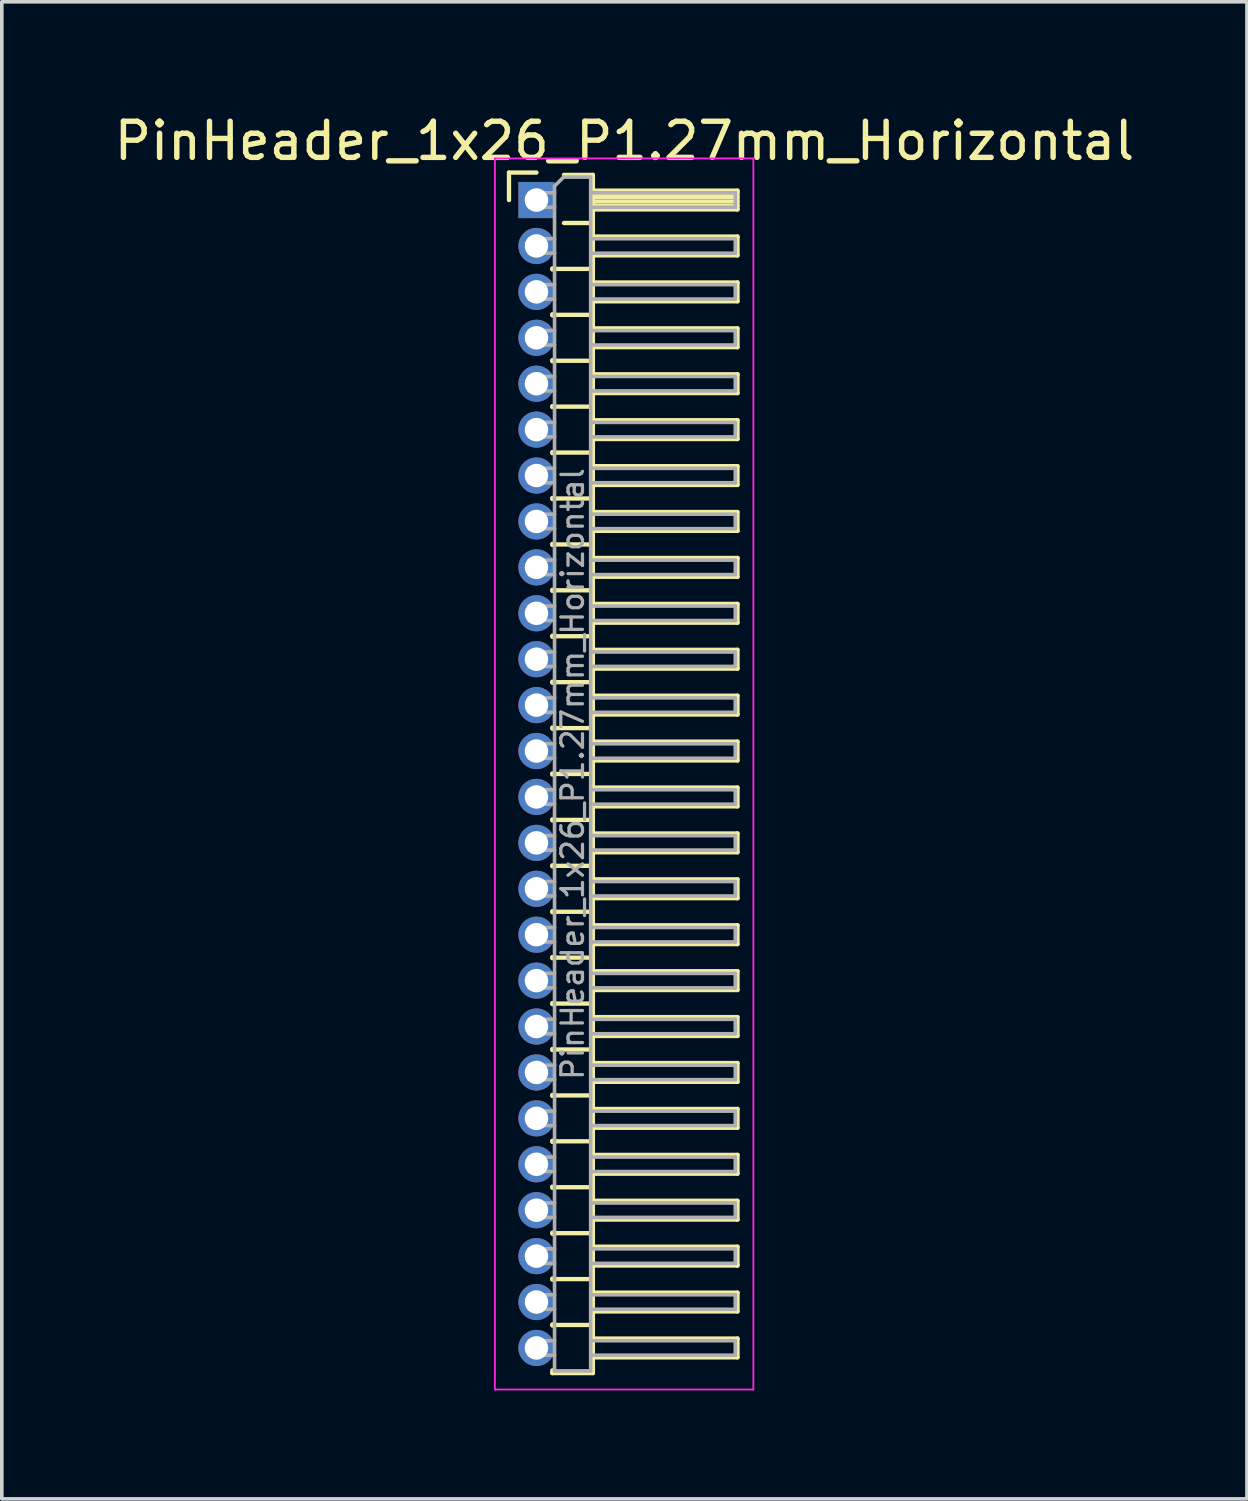
<source format=kicad_pcb>
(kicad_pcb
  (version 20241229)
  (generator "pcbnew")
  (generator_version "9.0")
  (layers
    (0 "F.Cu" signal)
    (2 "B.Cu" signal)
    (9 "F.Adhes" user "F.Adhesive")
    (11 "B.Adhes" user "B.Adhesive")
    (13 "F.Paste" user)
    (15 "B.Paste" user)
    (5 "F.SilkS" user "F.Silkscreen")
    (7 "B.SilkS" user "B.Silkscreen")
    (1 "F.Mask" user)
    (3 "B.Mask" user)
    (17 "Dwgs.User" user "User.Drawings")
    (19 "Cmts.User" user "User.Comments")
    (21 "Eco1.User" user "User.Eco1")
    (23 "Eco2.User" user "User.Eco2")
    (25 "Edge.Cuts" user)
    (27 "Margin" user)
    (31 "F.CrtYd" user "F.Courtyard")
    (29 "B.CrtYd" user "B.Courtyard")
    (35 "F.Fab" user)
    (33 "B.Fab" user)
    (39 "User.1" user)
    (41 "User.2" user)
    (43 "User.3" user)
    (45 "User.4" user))
  (footprint "PinHeader_1x26_P1.27mm_Horizontal"
    (layer "F.Cu")
    (at 11.788 2.483)
    (property "Reference" "PinHeader_1x26_P1.27mm_Horizontal" (at 2.433 -1.635 0) (layer "F.SilkS") (effects (font (size 1 1) (thickness 0.15))))
    (attr through_hole)
    (fp_line (start -0.76 -0.76) (end 0 -0.76) (stroke (width 0.12) (type solid)) (layer "F.SilkS"))
    (fp_line (start -0.76 0) (end -0.76 -0.76) (stroke (width 0.12) (type solid)) (layer "F.SilkS"))
    (fp_line (start 0.44 1.89) (end 0.44 1.92) (stroke (width 0.12) (type solid)) (layer "F.SilkS"))
    (fp_line (start 0.44 1.905) (end 1.56 1.905) (stroke (width 0.12) (type solid)) (layer "F.SilkS"))
    (fp_line (start 0.44 3.16) (end 0.44 3.19) (stroke (width 0.12) (type solid)) (layer "F.SilkS"))
    (fp_line (start 0.44 3.175) (end 1.56 3.175) (stroke (width 0.12) (type solid)) (layer "F.SilkS"))
    (fp_line (start 0.44 4.43) (end 0.44 4.46) (stroke (width 0.12) (type solid)) (layer "F.SilkS"))
    (fp_line (start 0.44 4.445) (end 1.56 4.445) (stroke (width 0.12) (type solid)) (layer "F.SilkS"))
    (fp_line (start 0.44 5.7) (end 0.44 5.73) (stroke (width 0.12) (type solid)) (layer "F.SilkS"))
    (fp_line (start 0.44 5.715) (end 1.56 5.715) (stroke (width 0.12) (type solid)) (layer "F.SilkS"))
    (fp_line (start 0.44 6.97) (end 0.44 7) (stroke (width 0.12) (type solid)) (layer "F.SilkS"))
    (fp_line (start 0.44 6.985) (end 1.56 6.985) (stroke (width 0.12) (type solid)) (layer "F.SilkS"))
    (fp_line (start 0.44 8.24) (end 0.44 8.27) (stroke (width 0.12) (type solid)) (layer "F.SilkS"))
    (fp_line (start 0.44 8.255) (end 1.56 8.255) (stroke (width 0.12) (type solid)) (layer "F.SilkS"))
    (fp_line (start 0.44 9.51) (end 0.44 9.54) (stroke (width 0.12) (type solid)) (layer "F.SilkS"))
    (fp_line (start 0.44 9.525) (end 1.56 9.525) (stroke (width 0.12) (type solid)) (layer "F.SilkS"))
    (fp_line (start 0.44 10.78) (end 0.44 10.81) (stroke (width 0.12) (type solid)) (layer "F.SilkS"))
    (fp_line (start 0.44 10.795) (end 1.56 10.795) (stroke (width 0.12) (type solid)) (layer "F.SilkS"))
    (fp_line (start 0.44 12.05) (end 0.44 12.08) (stroke (width 0.12) (type solid)) (layer "F.SilkS"))
    (fp_line (start 0.44 12.065) (end 1.56 12.065) (stroke (width 0.12) (type solid)) (layer "F.SilkS"))
    (fp_line (start 0.44 13.32) (end 0.44 13.35) (stroke (width 0.12) (type solid)) (layer "F.SilkS"))
    (fp_line (start 0.44 13.335) (end 1.56 13.335) (stroke (width 0.12) (type solid)) (layer "F.SilkS"))
    (fp_line (start 0.44 14.59) (end 0.44 14.62) (stroke (width 0.12) (type solid)) (layer "F.SilkS"))
    (fp_line (start 0.44 14.605) (end 1.56 14.605) (stroke (width 0.12) (type solid)) (layer "F.SilkS"))
    (fp_line (start 0.44 15.86) (end 0.44 15.89) (stroke (width 0.12) (type solid)) (layer "F.SilkS"))
    (fp_line (start 0.44 15.875) (end 1.56 15.875) (stroke (width 0.12) (type solid)) (layer "F.SilkS"))
    (fp_line (start 0.44 17.13) (end 0.44 17.16) (stroke (width 0.12) (type solid)) (layer "F.SilkS"))
    (fp_line (start 0.44 17.145) (end 1.56 17.145) (stroke (width 0.12) (type solid)) (layer "F.SilkS"))
    (fp_line (start 0.44 18.4) (end 0.44 18.43) (stroke (width 0.12) (type solid)) (layer "F.SilkS"))
    (fp_line (start 0.44 18.415) (end 1.56 18.415) (stroke (width 0.12) (type solid)) (layer "F.SilkS"))
    (fp_line (start 0.44 19.67) (end 0.44 19.7) (stroke (width 0.12) (type solid)) (layer "F.SilkS"))
    (fp_line (start 0.44 19.685) (end 1.56 19.685) (stroke (width 0.12) (type solid)) (layer "F.SilkS"))
    (fp_line (start 0.44 20.94) (end 0.44 20.97) (stroke (width 0.12) (type solid)) (layer "F.SilkS"))
    (fp_line (start 0.44 20.955) (end 1.56 20.955) (stroke (width 0.12) (type solid)) (layer "F.SilkS"))
    (fp_line (start 0.44 22.21) (end 0.44 22.24) (stroke (width 0.12) (type solid)) (layer "F.SilkS"))
    (fp_line (start 0.44 22.225) (end 1.56 22.225) (stroke (width 0.12) (type solid)) (layer "F.SilkS"))
    (fp_line (start 0.44 23.48) (end 0.44 23.51) (stroke (width 0.12) (type solid)) (layer "F.SilkS"))
    (fp_line (start 0.44 23.495) (end 1.56 23.495) (stroke (width 0.12) (type solid)) (layer "F.SilkS"))
    (fp_line (start 0.44 24.75) (end 0.44 24.78) (stroke (width 0.12) (type solid)) (layer "F.SilkS"))
    (fp_line (start 0.44 24.765) (end 1.56 24.765) (stroke (width 0.12) (type solid)) (layer "F.SilkS"))
    (fp_line (start 0.44 26.02) (end 0.44 26.05) (stroke (width 0.12) (type solid)) (layer "F.SilkS"))
    (fp_line (start 0.44 26.035) (end 1.56 26.035) (stroke (width 0.12) (type solid)) (layer "F.SilkS"))
    (fp_line (start 0.44 27.29) (end 0.44 27.32) (stroke (width 0.12) (type solid)) (layer "F.SilkS"))
    (fp_line (start 0.44 27.305) (end 1.56 27.305) (stroke (width 0.12) (type solid)) (layer "F.SilkS"))
    (fp_line (start 0.44 28.56) (end 0.44 28.59) (stroke (width 0.12) (type solid)) (layer "F.SilkS"))
    (fp_line (start 0.44 28.575) (end 1.56 28.575) (stroke (width 0.12) (type solid)) (layer "F.SilkS"))
    (fp_line (start 0.44 29.83) (end 0.44 29.86) (stroke (width 0.12) (type solid)) (layer "F.SilkS"))
    (fp_line (start 0.44 29.845) (end 1.56 29.845) (stroke (width 0.12) (type solid)) (layer "F.SilkS"))
    (fp_line (start 0.44 31.1) (end 0.44 31.13) (stroke (width 0.12) (type solid)) (layer "F.SilkS"))
    (fp_line (start 0.44 31.115) (end 1.56 31.115) (stroke (width 0.12) (type solid)) (layer "F.SilkS"))
    (fp_line (start 0.44 32.445) (end 0.44 32.37) (stroke (width 0.12) (type solid)) (layer "F.SilkS"))
    (fp_line (start 0.76 -0.695) (end 1.56 -0.695) (stroke (width 0.12) (type solid)) (layer "F.SilkS"))
    (fp_line (start 0.76 0.635) (end 1.56 0.635) (stroke (width 0.12) (type solid)) (layer "F.SilkS"))
    (fp_line (start 1.56 -0.695) (end 1.56 32.445) (stroke (width 0.12) (type solid)) (layer "F.SilkS"))
    (fp_line (start 1.56 -0.26) (end 5.56 -0.26) (stroke (width 0.12) (type solid)) (layer "F.SilkS"))
    (fp_line (start 1.56 -0.2) (end 5.56 -0.2) (stroke (width 0.12) (type solid)) (layer "F.SilkS"))
    (fp_line (start 1.56 -0.08) (end 5.56 -0.08) (stroke (width 0.12) (type solid)) (layer "F.SilkS"))
    (fp_line (start 1.56 0.04) (end 5.56 0.04) (stroke (width 0.12) (type solid)) (layer "F.SilkS"))
    (fp_line (start 1.56 0.16) (end 5.56 0.16) (stroke (width 0.12) (type solid)) (layer "F.SilkS"))
    (fp_line (start 1.56 1.01) (end 5.56 1.01) (stroke (width 0.12) (type solid)) (layer "F.SilkS"))
    (fp_line (start 1.56 2.28) (end 5.56 2.28) (stroke (width 0.12) (type solid)) (layer "F.SilkS"))
    (fp_line (start 1.56 3.55) (end 5.56 3.55) (stroke (width 0.12) (type solid)) (layer "F.SilkS"))
    (fp_line (start 1.56 4.82) (end 5.56 4.82) (stroke (width 0.12) (type solid)) (layer "F.SilkS"))
    (fp_line (start 1.56 6.09) (end 5.56 6.09) (stroke (width 0.12) (type solid)) (layer "F.SilkS"))
    (fp_line (start 1.56 7.36) (end 5.56 7.36) (stroke (width 0.12) (type solid)) (layer "F.SilkS"))
    (fp_line (start 1.56 8.63) (end 5.56 8.63) (stroke (width 0.12) (type solid)) (layer "F.SilkS"))
    (fp_line (start 1.56 9.9) (end 5.56 9.9) (stroke (width 0.12) (type solid)) (layer "F.SilkS"))
    (fp_line (start 1.56 11.17) (end 5.56 11.17) (stroke (width 0.12) (type solid)) (layer "F.SilkS"))
    (fp_line (start 1.56 12.44) (end 5.56 12.44) (stroke (width 0.12) (type solid)) (layer "F.SilkS"))
    (fp_line (start 1.56 13.71) (end 5.56 13.71) (stroke (width 0.12) (type solid)) (layer "F.SilkS"))
    (fp_line (start 1.56 14.98) (end 5.56 14.98) (stroke (width 0.12) (type solid)) (layer "F.SilkS"))
    (fp_line (start 1.56 16.25) (end 5.56 16.25) (stroke (width 0.12) (type solid)) (layer "F.SilkS"))
    (fp_line (start 1.56 17.52) (end 5.56 17.52) (stroke (width 0.12) (type solid)) (layer "F.SilkS"))
    (fp_line (start 1.56 18.79) (end 5.56 18.79) (stroke (width 0.12) (type solid)) (layer "F.SilkS"))
    (fp_line (start 1.56 20.06) (end 5.56 20.06) (stroke (width 0.12) (type solid)) (layer "F.SilkS"))
    (fp_line (start 1.56 21.33) (end 5.56 21.33) (stroke (width 0.12) (type solid)) (layer "F.SilkS"))
    (fp_line (start 1.56 22.6) (end 5.56 22.6) (stroke (width 0.12) (type solid)) (layer "F.SilkS"))
    (fp_line (start 1.56 23.87) (end 5.56 23.87) (stroke (width 0.12) (type solid)) (layer "F.SilkS"))
    (fp_line (start 1.56 25.14) (end 5.56 25.14) (stroke (width 0.12) (type solid)) (layer "F.SilkS"))
    (fp_line (start 1.56 26.41) (end 5.56 26.41) (stroke (width 0.12) (type solid)) (layer "F.SilkS"))
    (fp_line (start 1.56 27.68) (end 5.56 27.68) (stroke (width 0.12) (type solid)) (layer "F.SilkS"))
    (fp_line (start 1.56 28.95) (end 5.56 28.95) (stroke (width 0.12) (type solid)) (layer "F.SilkS"))
    (fp_line (start 1.56 30.22) (end 5.56 30.22) (stroke (width 0.12) (type solid)) (layer "F.SilkS"))
    (fp_line (start 1.56 31.49) (end 5.56 31.49) (stroke (width 0.12) (type solid)) (layer "F.SilkS"))
    (fp_line (start 1.56 32.445) (end 0.44 32.445) (stroke (width 0.12) (type solid)) (layer "F.SilkS"))
    (fp_line (start 5.56 -0.26) (end 5.56 0.26) (stroke (width 0.12) (type solid)) (layer "F.SilkS"))
    (fp_line (start 5.56 0.26) (end 1.56 0.26) (stroke (width 0.12) (type solid)) (layer "F.SilkS"))
    (fp_line (start 5.56 1.01) (end 5.56 1.53) (stroke (width 0.12) (type solid)) (layer "F.SilkS"))
    (fp_line (start 5.56 1.53) (end 1.56 1.53) (stroke (width 0.12) (type solid)) (layer "F.SilkS"))
    (fp_line (start 5.56 2.28) (end 5.56 2.8) (stroke (width 0.12) (type solid)) (layer "F.SilkS"))
    (fp_line (start 5.56 2.8) (end 1.56 2.8) (stroke (width 0.12) (type solid)) (layer "F.SilkS"))
    (fp_line (start 5.56 3.55) (end 5.56 4.07) (stroke (width 0.12) (type solid)) (layer "F.SilkS"))
    (fp_line (start 5.56 4.07) (end 1.56 4.07) (stroke (width 0.12) (type solid)) (layer "F.SilkS"))
    (fp_line (start 5.56 4.82) (end 5.56 5.34) (stroke (width 0.12) (type solid)) (layer "F.SilkS"))
    (fp_line (start 5.56 5.34) (end 1.56 5.34) (stroke (width 0.12) (type solid)) (layer "F.SilkS"))
    (fp_line (start 5.56 6.09) (end 5.56 6.61) (stroke (width 0.12) (type solid)) (layer "F.SilkS"))
    (fp_line (start 5.56 6.61) (end 1.56 6.61) (stroke (width 0.12) (type solid)) (layer "F.SilkS"))
    (fp_line (start 5.56 7.36) (end 5.56 7.88) (stroke (width 0.12) (type solid)) (layer "F.SilkS"))
    (fp_line (start 5.56 7.88) (end 1.56 7.88) (stroke (width 0.12) (type solid)) (layer "F.SilkS"))
    (fp_line (start 5.56 8.63) (end 5.56 9.15) (stroke (width 0.12) (type solid)) (layer "F.SilkS"))
    (fp_line (start 5.56 9.15) (end 1.56 9.15) (stroke (width 0.12) (type solid)) (layer "F.SilkS"))
    (fp_line (start 5.56 9.9) (end 5.56 10.42) (stroke (width 0.12) (type solid)) (layer "F.SilkS"))
    (fp_line (start 5.56 10.42) (end 1.56 10.42) (stroke (width 0.12) (type solid)) (layer "F.SilkS"))
    (fp_line (start 5.56 11.17) (end 5.56 11.69) (stroke (width 0.12) (type solid)) (layer "F.SilkS"))
    (fp_line (start 5.56 11.69) (end 1.56 11.69) (stroke (width 0.12) (type solid)) (layer "F.SilkS"))
    (fp_line (start 5.56 12.44) (end 5.56 12.96) (stroke (width 0.12) (type solid)) (layer "F.SilkS"))
    (fp_line (start 5.56 12.96) (end 1.56 12.96) (stroke (width 0.12) (type solid)) (layer "F.SilkS"))
    (fp_line (start 5.56 13.71) (end 5.56 14.23) (stroke (width 0.12) (type solid)) (layer "F.SilkS"))
    (fp_line (start 5.56 14.23) (end 1.56 14.23) (stroke (width 0.12) (type solid)) (layer "F.SilkS"))
    (fp_line (start 5.56 14.98) (end 5.56 15.5) (stroke (width 0.12) (type solid)) (layer "F.SilkS"))
    (fp_line (start 5.56 15.5) (end 1.56 15.5) (stroke (width 0.12) (type solid)) (layer "F.SilkS"))
    (fp_line (start 5.56 16.25) (end 5.56 16.77) (stroke (width 0.12) (type solid)) (layer "F.SilkS"))
    (fp_line (start 5.56 16.77) (end 1.56 16.77) (stroke (width 0.12) (type solid)) (layer "F.SilkS"))
    (fp_line (start 5.56 17.52) (end 5.56 18.04) (stroke (width 0.12) (type solid)) (layer "F.SilkS"))
    (fp_line (start 5.56 18.04) (end 1.56 18.04) (stroke (width 0.12) (type solid)) (layer "F.SilkS"))
    (fp_line (start 5.56 18.79) (end 5.56 19.31) (stroke (width 0.12) (type solid)) (layer "F.SilkS"))
    (fp_line (start 5.56 19.31) (end 1.56 19.31) (stroke (width 0.12) (type solid)) (layer "F.SilkS"))
    (fp_line (start 5.56 20.06) (end 5.56 20.58) (stroke (width 0.12) (type solid)) (layer "F.SilkS"))
    (fp_line (start 5.56 20.58) (end 1.56 20.58) (stroke (width 0.12) (type solid)) (layer "F.SilkS"))
    (fp_line (start 5.56 21.33) (end 5.56 21.85) (stroke (width 0.12) (type solid)) (layer "F.SilkS"))
    (fp_line (start 5.56 21.85) (end 1.56 21.85) (stroke (width 0.12) (type solid)) (layer "F.SilkS"))
    (fp_line (start 5.56 22.6) (end 5.56 23.12) (stroke (width 0.12) (type solid)) (layer "F.SilkS"))
    (fp_line (start 5.56 23.12) (end 1.56 23.12) (stroke (width 0.12) (type solid)) (layer "F.SilkS"))
    (fp_line (start 5.56 23.87) (end 5.56 24.39) (stroke (width 0.12) (type solid)) (layer "F.SilkS"))
    (fp_line (start 5.56 24.39) (end 1.56 24.39) (stroke (width 0.12) (type solid)) (layer "F.SilkS"))
    (fp_line (start 5.56 25.14) (end 5.56 25.66) (stroke (width 0.12) (type solid)) (layer "F.SilkS"))
    (fp_line (start 5.56 25.66) (end 1.56 25.66) (stroke (width 0.12) (type solid)) (layer "F.SilkS"))
    (fp_line (start 5.56 26.41) (end 5.56 26.93) (stroke (width 0.12) (type solid)) (layer "F.SilkS"))
    (fp_line (start 5.56 26.93) (end 1.56 26.93) (stroke (width 0.12) (type solid)) (layer "F.SilkS"))
    (fp_line (start 5.56 27.68) (end 5.56 28.2) (stroke (width 0.12) (type solid)) (layer "F.SilkS"))
    (fp_line (start 5.56 28.2) (end 1.56 28.2) (stroke (width 0.12) (type solid)) (layer "F.SilkS"))
    (fp_line (start 5.56 28.95) (end 5.56 29.47) (stroke (width 0.12) (type solid)) (layer "F.SilkS"))
    (fp_line (start 5.56 29.47) (end 1.56 29.47) (stroke (width 0.12) (type solid)) (layer "F.SilkS"))
    (fp_line (start 5.56 30.22) (end 5.56 30.74) (stroke (width 0.12) (type solid)) (layer "F.SilkS"))
    (fp_line (start 5.56 30.74) (end 1.56 30.74) (stroke (width 0.12) (type solid)) (layer "F.SilkS"))
    (fp_line (start 5.56 31.49) (end 5.56 32.01) (stroke (width 0.12) (type solid)) (layer "F.SilkS"))
    (fp_line (start 5.56 32.01) (end 1.56 32.01) (stroke (width 0.12) (type solid)) (layer "F.SilkS"))
    (fp_line (start -1.15 -1.15) (end -1.15 32.9) (stroke (width 0.05) (type solid)) (layer "F.CrtYd"))
    (fp_line (start -1.15 32.9) (end 6 32.9) (stroke (width 0.05) (type solid)) (layer "F.CrtYd"))
    (fp_line (start 6 -1.15) (end -1.15 -1.15) (stroke (width 0.05) (type solid)) (layer "F.CrtYd"))
    (fp_line (start 6 32.9) (end 6 -1.15) (stroke (width 0.05) (type solid)) (layer "F.CrtYd"))
    (fp_line (start -0.2 -0.2) (end -0.2 0.2) (stroke (width 0.1) (type solid)) (layer "F.Fab"))
    (fp_line (start -0.2 -0.2) (end 0.5 -0.2) (stroke (width 0.1) (type solid)) (layer "F.Fab"))
    (fp_line (start -0.2 0.2) (end 0.5 0.2) (stroke (width 0.1) (type solid)) (layer "F.Fab"))
    (fp_line (start -0.2 1.07) (end -0.2 1.47) (stroke (width 0.1) (type solid)) (layer "F.Fab"))
    (fp_line (start -0.2 1.07) (end 0.5 1.07) (stroke (width 0.1) (type solid)) (layer "F.Fab"))
    (fp_line (start -0.2 1.47) (end 0.5 1.47) (stroke (width 0.1) (type solid)) (layer "F.Fab"))
    (fp_line (start -0.2 2.34) (end -0.2 2.74) (stroke (width 0.1) (type solid)) (layer "F.Fab"))
    (fp_line (start -0.2 2.34) (end 0.5 2.34) (stroke (width 0.1) (type solid)) (layer "F.Fab"))
    (fp_line (start -0.2 2.74) (end 0.5 2.74) (stroke (width 0.1) (type solid)) (layer "F.Fab"))
    (fp_line (start -0.2 3.61) (end -0.2 4.01) (stroke (width 0.1) (type solid)) (layer "F.Fab"))
    (fp_line (start -0.2 3.61) (end 0.5 3.61) (stroke (width 0.1) (type solid)) (layer "F.Fab"))
    (fp_line (start -0.2 4.01) (end 0.5 4.01) (stroke (width 0.1) (type solid)) (layer "F.Fab"))
    (fp_line (start -0.2 4.88) (end -0.2 5.28) (stroke (width 0.1) (type solid)) (layer "F.Fab"))
    (fp_line (start -0.2 4.88) (end 0.5 4.88) (stroke (width 0.1) (type solid)) (layer "F.Fab"))
    (fp_line (start -0.2 5.28) (end 0.5 5.28) (stroke (width 0.1) (type solid)) (layer "F.Fab"))
    (fp_line (start -0.2 6.15) (end -0.2 6.55) (stroke (width 0.1) (type solid)) (layer "F.Fab"))
    (fp_line (start -0.2 6.15) (end 0.5 6.15) (stroke (width 0.1) (type solid)) (layer "F.Fab"))
    (fp_line (start -0.2 6.55) (end 0.5 6.55) (stroke (width 0.1) (type solid)) (layer "F.Fab"))
    (fp_line (start -0.2 7.42) (end -0.2 7.82) (stroke (width 0.1) (type solid)) (layer "F.Fab"))
    (fp_line (start -0.2 7.42) (end 0.5 7.42) (stroke (width 0.1) (type solid)) (layer "F.Fab"))
    (fp_line (start -0.2 7.82) (end 0.5 7.82) (stroke (width 0.1) (type solid)) (layer "F.Fab"))
    (fp_line (start -0.2 8.69) (end -0.2 9.09) (stroke (width 0.1) (type solid)) (layer "F.Fab"))
    (fp_line (start -0.2 8.69) (end 0.5 8.69) (stroke (width 0.1) (type solid)) (layer "F.Fab"))
    (fp_line (start -0.2 9.09) (end 0.5 9.09) (stroke (width 0.1) (type solid)) (layer "F.Fab"))
    (fp_line (start -0.2 9.96) (end -0.2 10.36) (stroke (width 0.1) (type solid)) (layer "F.Fab"))
    (fp_line (start -0.2 9.96) (end 0.5 9.96) (stroke (width 0.1) (type solid)) (layer "F.Fab"))
    (fp_line (start -0.2 10.36) (end 0.5 10.36) (stroke (width 0.1) (type solid)) (layer "F.Fab"))
    (fp_line (start -0.2 11.23) (end -0.2 11.63) (stroke (width 0.1) (type solid)) (layer "F.Fab"))
    (fp_line (start -0.2 11.23) (end 0.5 11.23) (stroke (width 0.1) (type solid)) (layer "F.Fab"))
    (fp_line (start -0.2 11.63) (end 0.5 11.63) (stroke (width 0.1) (type solid)) (layer "F.Fab"))
    (fp_line (start -0.2 12.5) (end -0.2 12.9) (stroke (width 0.1) (type solid)) (layer "F.Fab"))
    (fp_line (start -0.2 12.5) (end 0.5 12.5) (stroke (width 0.1) (type solid)) (layer "F.Fab"))
    (fp_line (start -0.2 12.9) (end 0.5 12.9) (stroke (width 0.1) (type solid)) (layer "F.Fab"))
    (fp_line (start -0.2 13.77) (end -0.2 14.17) (stroke (width 0.1) (type solid)) (layer "F.Fab"))
    (fp_line (start -0.2 13.77) (end 0.5 13.77) (stroke (width 0.1) (type solid)) (layer "F.Fab"))
    (fp_line (start -0.2 14.17) (end 0.5 14.17) (stroke (width 0.1) (type solid)) (layer "F.Fab"))
    (fp_line (start -0.2 15.04) (end -0.2 15.44) (stroke (width 0.1) (type solid)) (layer "F.Fab"))
    (fp_line (start -0.2 15.04) (end 0.5 15.04) (stroke (width 0.1) (type solid)) (layer "F.Fab"))
    (fp_line (start -0.2 15.44) (end 0.5 15.44) (stroke (width 0.1) (type solid)) (layer "F.Fab"))
    (fp_line (start -0.2 16.31) (end -0.2 16.71) (stroke (width 0.1) (type solid)) (layer "F.Fab"))
    (fp_line (start -0.2 16.31) (end 0.5 16.31) (stroke (width 0.1) (type solid)) (layer "F.Fab"))
    (fp_line (start -0.2 16.71) (end 0.5 16.71) (stroke (width 0.1) (type solid)) (layer "F.Fab"))
    (fp_line (start -0.2 17.58) (end -0.2 17.98) (stroke (width 0.1) (type solid)) (layer "F.Fab"))
    (fp_line (start -0.2 17.58) (end 0.5 17.58) (stroke (width 0.1) (type solid)) (layer "F.Fab"))
    (fp_line (start -0.2 17.98) (end 0.5 17.98) (stroke (width 0.1) (type solid)) (layer "F.Fab"))
    (fp_line (start -0.2 18.85) (end -0.2 19.25) (stroke (width 0.1) (type solid)) (layer "F.Fab"))
    (fp_line (start -0.2 18.85) (end 0.5 18.85) (stroke (width 0.1) (type solid)) (layer "F.Fab"))
    (fp_line (start -0.2 19.25) (end 0.5 19.25) (stroke (width 0.1) (type solid)) (layer "F.Fab"))
    (fp_line (start -0.2 20.12) (end -0.2 20.52) (stroke (width 0.1) (type solid)) (layer "F.Fab"))
    (fp_line (start -0.2 20.12) (end 0.5 20.12) (stroke (width 0.1) (type solid)) (layer "F.Fab"))
    (fp_line (start -0.2 20.52) (end 0.5 20.52) (stroke (width 0.1) (type solid)) (layer "F.Fab"))
    (fp_line (start -0.2 21.39) (end -0.2 21.79) (stroke (width 0.1) (type solid)) (layer "F.Fab"))
    (fp_line (start -0.2 21.39) (end 0.5 21.39) (stroke (width 0.1) (type solid)) (layer "F.Fab"))
    (fp_line (start -0.2 21.79) (end 0.5 21.79) (stroke (width 0.1) (type solid)) (layer "F.Fab"))
    (fp_line (start -0.2 22.66) (end -0.2 23.06) (stroke (width 0.1) (type solid)) (layer "F.Fab"))
    (fp_line (start -0.2 22.66) (end 0.5 22.66) (stroke (width 0.1) (type solid)) (layer "F.Fab"))
    (fp_line (start -0.2 23.06) (end 0.5 23.06) (stroke (width 0.1) (type solid)) (layer "F.Fab"))
    (fp_line (start -0.2 23.93) (end -0.2 24.33) (stroke (width 0.1) (type solid)) (layer "F.Fab"))
    (fp_line (start -0.2 23.93) (end 0.5 23.93) (stroke (width 0.1) (type solid)) (layer "F.Fab"))
    (fp_line (start -0.2 24.33) (end 0.5 24.33) (stroke (width 0.1) (type solid)) (layer "F.Fab"))
    (fp_line (start -0.2 25.2) (end -0.2 25.6) (stroke (width 0.1) (type solid)) (layer "F.Fab"))
    (fp_line (start -0.2 25.2) (end 0.5 25.2) (stroke (width 0.1) (type solid)) (layer "F.Fab"))
    (fp_line (start -0.2 25.6) (end 0.5 25.6) (stroke (width 0.1) (type solid)) (layer "F.Fab"))
    (fp_line (start -0.2 26.47) (end -0.2 26.87) (stroke (width 0.1) (type solid)) (layer "F.Fab"))
    (fp_line (start -0.2 26.47) (end 0.5 26.47) (stroke (width 0.1) (type solid)) (layer "F.Fab"))
    (fp_line (start -0.2 26.87) (end 0.5 26.87) (stroke (width 0.1) (type solid)) (layer "F.Fab"))
    (fp_line (start -0.2 27.74) (end -0.2 28.14) (stroke (width 0.1) (type solid)) (layer "F.Fab"))
    (fp_line (start -0.2 27.74) (end 0.5 27.74) (stroke (width 0.1) (type solid)) (layer "F.Fab"))
    (fp_line (start -0.2 28.14) (end 0.5 28.14) (stroke (width 0.1) (type solid)) (layer "F.Fab"))
    (fp_line (start -0.2 29.01) (end -0.2 29.41) (stroke (width 0.1) (type solid)) (layer "F.Fab"))
    (fp_line (start -0.2 29.01) (end 0.5 29.01) (stroke (width 0.1) (type solid)) (layer "F.Fab"))
    (fp_line (start -0.2 29.41) (end 0.5 29.41) (stroke (width 0.1) (type solid)) (layer "F.Fab"))
    (fp_line (start -0.2 30.28) (end -0.2 30.68) (stroke (width 0.1) (type solid)) (layer "F.Fab"))
    (fp_line (start -0.2 30.28) (end 0.5 30.28) (stroke (width 0.1) (type solid)) (layer "F.Fab"))
    (fp_line (start -0.2 30.68) (end 0.5 30.68) (stroke (width 0.1) (type solid)) (layer "F.Fab"))
    (fp_line (start -0.2 31.55) (end -0.2 31.95) (stroke (width 0.1) (type solid)) (layer "F.Fab"))
    (fp_line (start -0.2 31.55) (end 0.5 31.55) (stroke (width 0.1) (type solid)) (layer "F.Fab"))
    (fp_line (start -0.2 31.95) (end 0.5 31.95) (stroke (width 0.1) (type solid)) (layer "F.Fab"))
    (fp_line (start 0.5 -0.385) (end 0.75 -0.635) (stroke (width 0.1) (type solid)) (layer "F.Fab"))
    (fp_line (start 0.5 32.385) (end 0.5 -0.385) (stroke (width 0.1) (type solid)) (layer "F.Fab"))
    (fp_line (start 0.75 -0.635) (end 1.5 -0.635) (stroke (width 0.1) (type solid)) (layer "F.Fab"))
    (fp_line (start 1.5 -0.635) (end 1.5 32.385) (stroke (width 0.1) (type solid)) (layer "F.Fab"))
    (fp_line (start 1.5 -0.2) (end 5.5 -0.2) (stroke (width 0.1) (type solid)) (layer "F.Fab"))
    (fp_line (start 1.5 0.2) (end 5.5 0.2) (stroke (width 0.1) (type solid)) (layer "F.Fab"))
    (fp_line (start 1.5 1.07) (end 5.5 1.07) (stroke (width 0.1) (type solid)) (layer "F.Fab"))
    (fp_line (start 1.5 1.47) (end 5.5 1.47) (stroke (width 0.1) (type solid)) (layer "F.Fab"))
    (fp_line (start 1.5 2.34) (end 5.5 2.34) (stroke (width 0.1) (type solid)) (layer "F.Fab"))
    (fp_line (start 1.5 2.74) (end 5.5 2.74) (stroke (width 0.1) (type solid)) (layer "F.Fab"))
    (fp_line (start 1.5 3.61) (end 5.5 3.61) (stroke (width 0.1) (type solid)) (layer "F.Fab"))
    (fp_line (start 1.5 4.01) (end 5.5 4.01) (stroke (width 0.1) (type solid)) (layer "F.Fab"))
    (fp_line (start 1.5 4.88) (end 5.5 4.88) (stroke (width 0.1) (type solid)) (layer "F.Fab"))
    (fp_line (start 1.5 5.28) (end 5.5 5.28) (stroke (width 0.1) (type solid)) (layer "F.Fab"))
    (fp_line (start 1.5 6.15) (end 5.5 6.15) (stroke (width 0.1) (type solid)) (layer "F.Fab"))
    (fp_line (start 1.5 6.55) (end 5.5 6.55) (stroke (width 0.1) (type solid)) (layer "F.Fab"))
    (fp_line (start 1.5 7.42) (end 5.5 7.42) (stroke (width 0.1) (type solid)) (layer "F.Fab"))
    (fp_line (start 1.5 7.82) (end 5.5 7.82) (stroke (width 0.1) (type solid)) (layer "F.Fab"))
    (fp_line (start 1.5 8.69) (end 5.5 8.69) (stroke (width 0.1) (type solid)) (layer "F.Fab"))
    (fp_line (start 1.5 9.09) (end 5.5 9.09) (stroke (width 0.1) (type solid)) (layer "F.Fab"))
    (fp_line (start 1.5 9.96) (end 5.5 9.96) (stroke (width 0.1) (type solid)) (layer "F.Fab"))
    (fp_line (start 1.5 10.36) (end 5.5 10.36) (stroke (width 0.1) (type solid)) (layer "F.Fab"))
    (fp_line (start 1.5 11.23) (end 5.5 11.23) (stroke (width 0.1) (type solid)) (layer "F.Fab"))
    (fp_line (start 1.5 11.63) (end 5.5 11.63) (stroke (width 0.1) (type solid)) (layer "F.Fab"))
    (fp_line (start 1.5 12.5) (end 5.5 12.5) (stroke (width 0.1) (type solid)) (layer "F.Fab"))
    (fp_line (start 1.5 12.9) (end 5.5 12.9) (stroke (width 0.1) (type solid)) (layer "F.Fab"))
    (fp_line (start 1.5 13.77) (end 5.5 13.77) (stroke (width 0.1) (type solid)) (layer "F.Fab"))
    (fp_line (start 1.5 14.17) (end 5.5 14.17) (stroke (width 0.1) (type solid)) (layer "F.Fab"))
    (fp_line (start 1.5 15.04) (end 5.5 15.04) (stroke (width 0.1) (type solid)) (layer "F.Fab"))
    (fp_line (start 1.5 15.44) (end 5.5 15.44) (stroke (width 0.1) (type solid)) (layer "F.Fab"))
    (fp_line (start 1.5 16.31) (end 5.5 16.31) (stroke (width 0.1) (type solid)) (layer "F.Fab"))
    (fp_line (start 1.5 16.71) (end 5.5 16.71) (stroke (width 0.1) (type solid)) (layer "F.Fab"))
    (fp_line (start 1.5 17.58) (end 5.5 17.58) (stroke (width 0.1) (type solid)) (layer "F.Fab"))
    (fp_line (start 1.5 17.98) (end 5.5 17.98) (stroke (width 0.1) (type solid)) (layer "F.Fab"))
    (fp_line (start 1.5 18.85) (end 5.5 18.85) (stroke (width 0.1) (type solid)) (layer "F.Fab"))
    (fp_line (start 1.5 19.25) (end 5.5 19.25) (stroke (width 0.1) (type solid)) (layer "F.Fab"))
    (fp_line (start 1.5 20.12) (end 5.5 20.12) (stroke (width 0.1) (type solid)) (layer "F.Fab"))
    (fp_line (start 1.5 20.52) (end 5.5 20.52) (stroke (width 0.1) (type solid)) (layer "F.Fab"))
    (fp_line (start 1.5 21.39) (end 5.5 21.39) (stroke (width 0.1) (type solid)) (layer "F.Fab"))
    (fp_line (start 1.5 21.79) (end 5.5 21.79) (stroke (width 0.1) (type solid)) (layer "F.Fab"))
    (fp_line (start 1.5 22.66) (end 5.5 22.66) (stroke (width 0.1) (type solid)) (layer "F.Fab"))
    (fp_line (start 1.5 23.06) (end 5.5 23.06) (stroke (width 0.1) (type solid)) (layer "F.Fab"))
    (fp_line (start 1.5 23.93) (end 5.5 23.93) (stroke (width 0.1) (type solid)) (layer "F.Fab"))
    (fp_line (start 1.5 24.33) (end 5.5 24.33) (stroke (width 0.1) (type solid)) (layer "F.Fab"))
    (fp_line (start 1.5 25.2) (end 5.5 25.2) (stroke (width 0.1) (type solid)) (layer "F.Fab"))
    (fp_line (start 1.5 25.6) (end 5.5 25.6) (stroke (width 0.1) (type solid)) (layer "F.Fab"))
    (fp_line (start 1.5 26.47) (end 5.5 26.47) (stroke (width 0.1) (type solid)) (layer "F.Fab"))
    (fp_line (start 1.5 26.87) (end 5.5 26.87) (stroke (width 0.1) (type solid)) (layer "F.Fab"))
    (fp_line (start 1.5 27.74) (end 5.5 27.74) (stroke (width 0.1) (type solid)) (layer "F.Fab"))
    (fp_line (start 1.5 28.14) (end 5.5 28.14) (stroke (width 0.1) (type solid)) (layer "F.Fab"))
    (fp_line (start 1.5 29.01) (end 5.5 29.01) (stroke (width 0.1) (type solid)) (layer "F.Fab"))
    (fp_line (start 1.5 29.41) (end 5.5 29.41) (stroke (width 0.1) (type solid)) (layer "F.Fab"))
    (fp_line (start 1.5 30.28) (end 5.5 30.28) (stroke (width 0.1) (type solid)) (layer "F.Fab"))
    (fp_line (start 1.5 30.68) (end 5.5 30.68) (stroke (width 0.1) (type solid)) (layer "F.Fab"))
    (fp_line (start 1.5 31.55) (end 5.5 31.55) (stroke (width 0.1) (type solid)) (layer "F.Fab"))
    (fp_line (start 1.5 31.95) (end 5.5 31.95) (stroke (width 0.1) (type solid)) (layer "F.Fab"))
    (fp_line (start 1.5 32.385) (end 0.5 32.385) (stroke (width 0.1) (type solid)) (layer "F.Fab"))
    (fp_line (start 5.5 -0.2) (end 5.5 0.2) (stroke (width 0.1) (type solid)) (layer "F.Fab"))
    (fp_line (start 5.5 1.07) (end 5.5 1.47) (stroke (width 0.1) (type solid)) (layer "F.Fab"))
    (fp_line (start 5.5 2.34) (end 5.5 2.74) (stroke (width 0.1) (type solid)) (layer "F.Fab"))
    (fp_line (start 5.5 3.61) (end 5.5 4.01) (stroke (width 0.1) (type solid)) (layer "F.Fab"))
    (fp_line (start 5.5 4.88) (end 5.5 5.28) (stroke (width 0.1) (type solid)) (layer "F.Fab"))
    (fp_line (start 5.5 6.15) (end 5.5 6.55) (stroke (width 0.1) (type solid)) (layer "F.Fab"))
    (fp_line (start 5.5 7.42) (end 5.5 7.82) (stroke (width 0.1) (type solid)) (layer "F.Fab"))
    (fp_line (start 5.5 8.69) (end 5.5 9.09) (stroke (width 0.1) (type solid)) (layer "F.Fab"))
    (fp_line (start 5.5 9.96) (end 5.5 10.36) (stroke (width 0.1) (type solid)) (layer "F.Fab"))
    (fp_line (start 5.5 11.23) (end 5.5 11.63) (stroke (width 0.1) (type solid)) (layer "F.Fab"))
    (fp_line (start 5.5 12.5) (end 5.5 12.9) (stroke (width 0.1) (type solid)) (layer "F.Fab"))
    (fp_line (start 5.5 13.77) (end 5.5 14.17) (stroke (width 0.1) (type solid)) (layer "F.Fab"))
    (fp_line (start 5.5 15.04) (end 5.5 15.44) (stroke (width 0.1) (type solid)) (layer "F.Fab"))
    (fp_line (start 5.5 16.31) (end 5.5 16.71) (stroke (width 0.1) (type solid)) (layer "F.Fab"))
    (fp_line (start 5.5 17.58) (end 5.5 17.98) (stroke (width 0.1) (type solid)) (layer "F.Fab"))
    (fp_line (start 5.5 18.85) (end 5.5 19.25) (stroke (width 0.1) (type solid)) (layer "F.Fab"))
    (fp_line (start 5.5 20.12) (end 5.5 20.52) (stroke (width 0.1) (type solid)) (layer "F.Fab"))
    (fp_line (start 5.5 21.39) (end 5.5 21.79) (stroke (width 0.1) (type solid)) (layer "F.Fab"))
    (fp_line (start 5.5 22.66) (end 5.5 23.06) (stroke (width 0.1) (type solid)) (layer "F.Fab"))
    (fp_line (start 5.5 23.93) (end 5.5 24.33) (stroke (width 0.1) (type solid)) (layer "F.Fab"))
    (fp_line (start 5.5 25.2) (end 5.5 25.6) (stroke (width 0.1) (type solid)) (layer "F.Fab"))
    (fp_line (start 5.5 26.47) (end 5.5 26.87) (stroke (width 0.1) (type solid)) (layer "F.Fab"))
    (fp_line (start 5.5 27.74) (end 5.5 28.14) (stroke (width 0.1) (type solid)) (layer "F.Fab"))
    (fp_line (start 5.5 29.01) (end 5.5 29.41) (stroke (width 0.1) (type solid)) (layer "F.Fab"))
    (fp_line (start 5.5 30.28) (end 5.5 30.68) (stroke (width 0.1) (type solid)) (layer "F.Fab"))
    (fp_line (start 5.5 31.55) (end 5.5 31.95) (stroke (width 0.1) (type solid)) (layer "F.Fab"))
    (fp_text user "${REFERENCE}" (at 1 15.875 90) (layer "F.Fab") (effects (font (size 0.6 0.6) (thickness 0.09))))
    (pad "1" thru_hole rect (at 0 0) (size 1 1) (drill 0.65) (layers "*.Cu" "*.Mask"))
    (pad "2" thru_hole oval (at 0 1.27) (size 1 1) (drill 0.65) (layers "*.Cu" "*.Mask"))
    (pad "3" thru_hole oval (at 0 2.54) (size 1 1) (drill 0.65) (layers "*.Cu" "*.Mask"))
    (pad "4" thru_hole oval (at 0 3.81) (size 1 1) (drill 0.65) (layers "*.Cu" "*.Mask"))
    (pad "5" thru_hole oval (at 0 5.08) (size 1 1) (drill 0.65) (layers "*.Cu" "*.Mask"))
    (pad "6" thru_hole oval (at 0 6.35) (size 1 1) (drill 0.65) (layers "*.Cu" "*.Mask"))
    (pad "7" thru_hole oval (at 0 7.62) (size 1 1) (drill 0.65) (layers "*.Cu" "*.Mask"))
    (pad "8" thru_hole oval (at 0 8.89) (size 1 1) (drill 0.65) (layers "*.Cu" "*.Mask"))
    (pad "9" thru_hole oval (at 0 10.16) (size 1 1) (drill 0.65) (layers "*.Cu" "*.Mask"))
    (pad "10" thru_hole oval (at 0 11.43) (size 1 1) (drill 0.65) (layers "*.Cu" "*.Mask"))
    (pad "11" thru_hole oval (at 0 12.7) (size 1 1) (drill 0.65) (layers "*.Cu" "*.Mask"))
    (pad "12" thru_hole oval (at 0 13.97) (size 1 1) (drill 0.65) (layers "*.Cu" "*.Mask"))
    (pad "13" thru_hole oval (at 0 15.24) (size 1 1) (drill 0.65) (layers "*.Cu" "*.Mask"))
    (pad "14" thru_hole oval (at 0 16.51) (size 1 1) (drill 0.65) (layers "*.Cu" "*.Mask"))
    (pad "15" thru_hole oval (at 0 17.78) (size 1 1) (drill 0.65) (layers "*.Cu" "*.Mask"))
    (pad "16" thru_hole oval (at 0 19.05) (size 1 1) (drill 0.65) (layers "*.Cu" "*.Mask"))
    (pad "17" thru_hole oval (at 0 20.32) (size 1 1) (drill 0.65) (layers "*.Cu" "*.Mask"))
    (pad "18" thru_hole oval (at 0 21.59) (size 1 1) (drill 0.65) (layers "*.Cu" "*.Mask"))
    (pad "19" thru_hole oval (at 0 22.86) (size 1 1) (drill 0.65) (layers "*.Cu" "*.Mask"))
    (pad "20" thru_hole oval (at 0 24.13) (size 1 1) (drill 0.65) (layers "*.Cu" "*.Mask"))
    (pad "21" thru_hole oval (at 0 25.4) (size 1 1) (drill 0.65) (layers "*.Cu" "*.Mask"))
    (pad "22" thru_hole oval (at 0 26.67) (size 1 1) (drill 0.65) (layers "*.Cu" "*.Mask"))
    (pad "23" thru_hole oval (at 0 27.94) (size 1 1) (drill 0.65) (layers "*.Cu" "*.Mask"))
    (pad "24" thru_hole oval (at 0 29.21) (size 1 1) (drill 0.65) (layers "*.Cu" "*.Mask"))
    (pad "25" thru_hole oval (at 0 30.48) (size 1 1) (drill 0.65) (layers "*.Cu" "*.Mask"))
    (pad "26" thru_hole oval (at 0 31.75) (size 1 1) (drill 0.65) (layers "*.Cu" "*.Mask")))
  (gr_rect
    (start -3 -3)
    (end 31.44 38.408)
    (stroke (width 0.1) (type default))
    (fill no)
    (layer "Edge.Cuts")))
</source>
